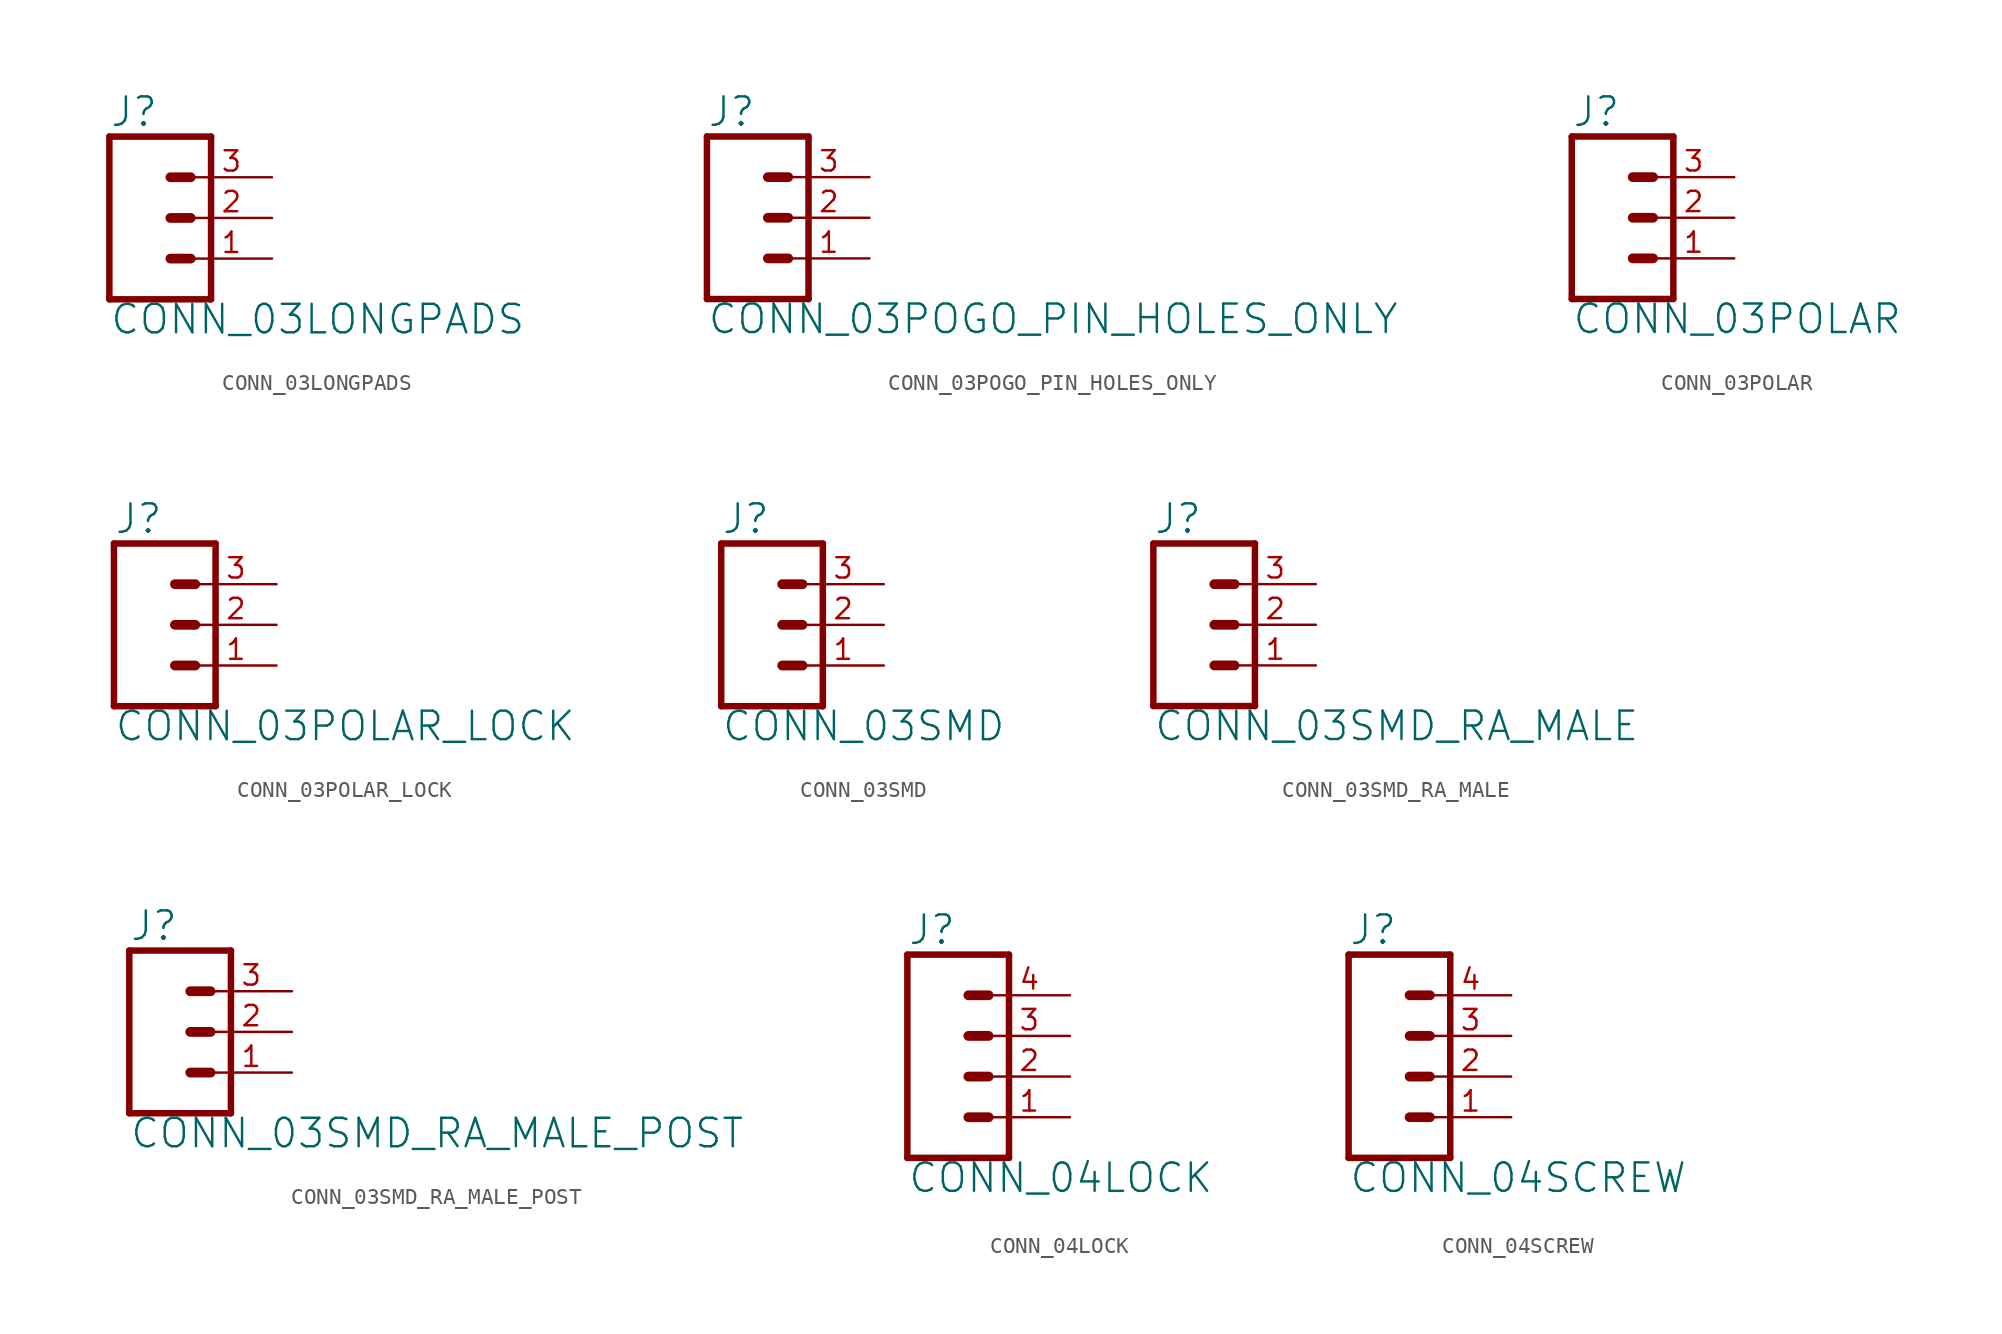
<source format=kicad_sym>
(kicad_symbol_lib
  (version 20211014)
  (generator kicad_symbol_editor)
  (symbol "CONN_03LONGPADS"
    (property "Reference" "J"
      (at -2.54 5.588 0)
      (effects (font (size 1.778 1.778)) (justify left bottom)))
    (property "Value" "CONN_03LONGPADS"
      (at -2.54 -7.366 0)
      (effects (font (size 1.778 1.778)) (justify left bottom)))
    (property "ki_locked" ""
      (at 0 0 0)
      (effects (font (size 1.27 1.27))))
    (symbol "CONN_03LONGPADS_1_0"
      (polyline (pts (xy -2.54 5.08) (xy -2.54 -5.08)) (stroke (width 0.406) (type default) (color 0 0 0 0)) (fill (type none)))
      (polyline (pts (xy -2.54 5.08) (xy 3.81 5.08)) (stroke (width 0.406) (type default) (color 0 0 0 0)) (fill (type none)))
      (polyline (pts (xy 1.27 -2.54) (xy 2.54 -2.54)) (stroke (width 0.61) (type default) (color 0 0 0 0)) (fill (type none)))
      (polyline (pts (xy 1.27 0) (xy 2.54 0)) (stroke (width 0.61) (type default) (color 0 0 0 0)) (fill (type none)))
      (polyline (pts (xy 1.27 2.54) (xy 2.54 2.54)) (stroke (width 0.61) (type default) (color 0 0 0 0)) (fill (type none)))
      (polyline (pts (xy 3.81 -5.08) (xy -2.54 -5.08)) (stroke (width 0.406) (type default) (color 0 0 0 0)) (fill (type none)))
      (polyline (pts (xy 3.81 -5.08) (xy 3.81 5.08)) (stroke (width 0.406) (type default) (color 0 0 0 0)) (fill (type none)))
      (pin passive line (at 7.62 -2.54 180) (length 5.08) (name "1" (effects (font (size 0 0)))) (number "1" (effects (font (size 1.27 1.27)))))
      (pin passive line (at 7.62 0 180) (length 5.08) (name "2" (effects (font (size 0 0)))) (number "2" (effects (font (size 1.27 1.27)))))
      (pin passive line (at 7.62 2.54 180) (length 5.08) (name "3" (effects (font (size 0 0)))) (number "3" (effects (font (size 1.27 1.27)))))))
  (symbol "CONN_03POGO_PIN_HOLES_ONLY"
    (property "Reference" "J"
      (at -2.54 5.588 0)
      (effects (font (size 1.778 1.778)) (justify left bottom)))
    (property "Value" "CONN_03POGO_PIN_HOLES_ONLY"
      (at -2.54 -7.366 0)
      (effects (font (size 1.778 1.778)) (justify left bottom)))
    (property "ki_locked" ""
      (at 0 0 0)
      (effects (font (size 1.27 1.27))))
    (symbol "CONN_03POGO_PIN_HOLES_ONLY_1_0"
      (polyline (pts (xy -2.54 5.08) (xy -2.54 -5.08)) (stroke (width 0.406) (type default) (color 0 0 0 0)) (fill (type none)))
      (polyline (pts (xy -2.54 5.08) (xy 3.81 5.08)) (stroke (width 0.406) (type default) (color 0 0 0 0)) (fill (type none)))
      (polyline (pts (xy 1.27 -2.54) (xy 2.54 -2.54)) (stroke (width 0.61) (type default) (color 0 0 0 0)) (fill (type none)))
      (polyline (pts (xy 1.27 0) (xy 2.54 0)) (stroke (width 0.61) (type default) (color 0 0 0 0)) (fill (type none)))
      (polyline (pts (xy 1.27 2.54) (xy 2.54 2.54)) (stroke (width 0.61) (type default) (color 0 0 0 0)) (fill (type none)))
      (polyline (pts (xy 3.81 -5.08) (xy -2.54 -5.08)) (stroke (width 0.406) (type default) (color 0 0 0 0)) (fill (type none)))
      (polyline (pts (xy 3.81 -5.08) (xy 3.81 5.08)) (stroke (width 0.406) (type default) (color 0 0 0 0)) (fill (type none)))
      (pin passive line (at 7.62 -2.54 180) (length 5.08) (name "1" (effects (font (size 0 0)))) (number "1" (effects (font (size 1.27 1.27)))))
      (pin passive line (at 7.62 0 180) (length 5.08) (name "2" (effects (font (size 0 0)))) (number "2" (effects (font (size 1.27 1.27)))))
      (pin passive line (at 7.62 2.54 180) (length 5.08) (name "3" (effects (font (size 0 0)))) (number "3" (effects (font (size 1.27 1.27)))))))
  (symbol "CONN_03POLAR"
    (property "Reference" "J"
      (at -2.54 5.588 0)
      (effects (font (size 1.778 1.778)) (justify left bottom)))
    (property "Value" "CONN_03POLAR"
      (at -2.54 -7.366 0)
      (effects (font (size 1.778 1.778)) (justify left bottom)))
    (property "ki_locked" ""
      (at 0 0 0)
      (effects (font (size 1.27 1.27))))
    (symbol "CONN_03POLAR_1_0"
      (polyline (pts (xy -2.54 5.08) (xy -2.54 -5.08)) (stroke (width 0.406) (type default) (color 0 0 0 0)) (fill (type none)))
      (polyline (pts (xy -2.54 5.08) (xy 3.81 5.08)) (stroke (width 0.406) (type default) (color 0 0 0 0)) (fill (type none)))
      (polyline (pts (xy 1.27 -2.54) (xy 2.54 -2.54)) (stroke (width 0.61) (type default) (color 0 0 0 0)) (fill (type none)))
      (polyline (pts (xy 1.27 0) (xy 2.54 0)) (stroke (width 0.61) (type default) (color 0 0 0 0)) (fill (type none)))
      (polyline (pts (xy 1.27 2.54) (xy 2.54 2.54)) (stroke (width 0.61) (type default) (color 0 0 0 0)) (fill (type none)))
      (polyline (pts (xy 3.81 -5.08) (xy -2.54 -5.08)) (stroke (width 0.406) (type default) (color 0 0 0 0)) (fill (type none)))
      (polyline (pts (xy 3.81 -5.08) (xy 3.81 5.08)) (stroke (width 0.406) (type default) (color 0 0 0 0)) (fill (type none)))
      (pin passive line (at 7.62 -2.54 180) (length 5.08) (name "1" (effects (font (size 0 0)))) (number "1" (effects (font (size 1.27 1.27)))))
      (pin passive line (at 7.62 0 180) (length 5.08) (name "2" (effects (font (size 0 0)))) (number "2" (effects (font (size 1.27 1.27)))))
      (pin passive line (at 7.62 2.54 180) (length 5.08) (name "3" (effects (font (size 0 0)))) (number "3" (effects (font (size 1.27 1.27)))))))
  (symbol "CONN_03POLAR_LOCK"
    (property "Reference" "J"
      (at -2.54 5.588 0)
      (effects (font (size 1.778 1.778)) (justify left bottom)))
    (property "Value" "CONN_03POLAR_LOCK"
      (at -2.54 -7.366 0)
      (effects (font (size 1.778 1.778)) (justify left bottom)))
    (property "ki_locked" ""
      (at 0 0 0)
      (effects (font (size 1.27 1.27))))
    (symbol "CONN_03POLAR_LOCK_1_0"
      (polyline (pts (xy -2.54 5.08) (xy -2.54 -5.08)) (stroke (width 0.406) (type default) (color 0 0 0 0)) (fill (type none)))
      (polyline (pts (xy -2.54 5.08) (xy 3.81 5.08)) (stroke (width 0.406) (type default) (color 0 0 0 0)) (fill (type none)))
      (polyline (pts (xy 1.27 -2.54) (xy 2.54 -2.54)) (stroke (width 0.61) (type default) (color 0 0 0 0)) (fill (type none)))
      (polyline (pts (xy 1.27 0) (xy 2.54 0)) (stroke (width 0.61) (type default) (color 0 0 0 0)) (fill (type none)))
      (polyline (pts (xy 1.27 2.54) (xy 2.54 2.54)) (stroke (width 0.61) (type default) (color 0 0 0 0)) (fill (type none)))
      (polyline (pts (xy 3.81 -5.08) (xy -2.54 -5.08)) (stroke (width 0.406) (type default) (color 0 0 0 0)) (fill (type none)))
      (polyline (pts (xy 3.81 -5.08) (xy 3.81 5.08)) (stroke (width 0.406) (type default) (color 0 0 0 0)) (fill (type none)))
      (pin passive line (at 7.62 -2.54 180) (length 5.08) (name "1" (effects (font (size 0 0)))) (number "1" (effects (font (size 1.27 1.27)))))
      (pin passive line (at 7.62 0 180) (length 5.08) (name "2" (effects (font (size 0 0)))) (number "2" (effects (font (size 1.27 1.27)))))
      (pin passive line (at 7.62 2.54 180) (length 5.08) (name "3" (effects (font (size 0 0)))) (number "3" (effects (font (size 1.27 1.27)))))))
  (symbol "CONN_03SMD"
    (property "Reference" "J"
      (at -2.54 5.588 0)
      (effects (font (size 1.778 1.778)) (justify left bottom)))
    (property "Value" "CONN_03SMD"
      (at -2.54 -7.366 0)
      (effects (font (size 1.778 1.778)) (justify left bottom)))
    (property "ki_locked" ""
      (at 0 0 0)
      (effects (font (size 1.27 1.27))))
    (symbol "CONN_03SMD_1_0"
      (polyline (pts (xy -2.54 5.08) (xy -2.54 -5.08)) (stroke (width 0.406) (type default) (color 0 0 0 0)) (fill (type none)))
      (polyline (pts (xy -2.54 5.08) (xy 3.81 5.08)) (stroke (width 0.406) (type default) (color 0 0 0 0)) (fill (type none)))
      (polyline (pts (xy 1.27 -2.54) (xy 2.54 -2.54)) (stroke (width 0.61) (type default) (color 0 0 0 0)) (fill (type none)))
      (polyline (pts (xy 1.27 0) (xy 2.54 0)) (stroke (width 0.61) (type default) (color 0 0 0 0)) (fill (type none)))
      (polyline (pts (xy 1.27 2.54) (xy 2.54 2.54)) (stroke (width 0.61) (type default) (color 0 0 0 0)) (fill (type none)))
      (polyline (pts (xy 3.81 -5.08) (xy -2.54 -5.08)) (stroke (width 0.406) (type default) (color 0 0 0 0)) (fill (type none)))
      (polyline (pts (xy 3.81 -5.08) (xy 3.81 5.08)) (stroke (width 0.406) (type default) (color 0 0 0 0)) (fill (type none)))
      (pin passive line (at 7.62 -2.54 180) (length 5.08) (name "1" (effects (font (size 0 0)))) (number "1" (effects (font (size 1.27 1.27)))))
      (pin passive line (at 7.62 0 180) (length 5.08) (name "2" (effects (font (size 0 0)))) (number "2" (effects (font (size 1.27 1.27)))))
      (pin passive line (at 7.62 2.54 180) (length 5.08) (name "3" (effects (font (size 0 0)))) (number "3" (effects (font (size 1.27 1.27)))))))
  (symbol "CONN_03SMD_RA_MALE"
    (property "Reference" "J"
      (at -2.54 5.588 0)
      (effects (font (size 1.778 1.778)) (justify left bottom)))
    (property "Value" "CONN_03SMD_RA_MALE"
      (at -2.54 -7.366 0)
      (effects (font (size 1.778 1.778)) (justify left bottom)))
    (property "ki_locked" ""
      (at 0 0 0)
      (effects (font (size 1.27 1.27))))
    (symbol "CONN_03SMD_RA_MALE_1_0"
      (polyline (pts (xy -2.54 5.08) (xy -2.54 -5.08)) (stroke (width 0.406) (type default) (color 0 0 0 0)) (fill (type none)))
      (polyline (pts (xy -2.54 5.08) (xy 3.81 5.08)) (stroke (width 0.406) (type default) (color 0 0 0 0)) (fill (type none)))
      (polyline (pts (xy 1.27 -2.54) (xy 2.54 -2.54)) (stroke (width 0.61) (type default) (color 0 0 0 0)) (fill (type none)))
      (polyline (pts (xy 1.27 0) (xy 2.54 0)) (stroke (width 0.61) (type default) (color 0 0 0 0)) (fill (type none)))
      (polyline (pts (xy 1.27 2.54) (xy 2.54 2.54)) (stroke (width 0.61) (type default) (color 0 0 0 0)) (fill (type none)))
      (polyline (pts (xy 3.81 -5.08) (xy -2.54 -5.08)) (stroke (width 0.406) (type default) (color 0 0 0 0)) (fill (type none)))
      (polyline (pts (xy 3.81 -5.08) (xy 3.81 5.08)) (stroke (width 0.406) (type default) (color 0 0 0 0)) (fill (type none)))
      (pin passive line (at 7.62 -2.54 180) (length 5.08) (name "1" (effects (font (size 0 0)))) (number "1" (effects (font (size 1.27 1.27)))))
      (pin passive line (at 7.62 0 180) (length 5.08) (name "2" (effects (font (size 0 0)))) (number "2" (effects (font (size 1.27 1.27)))))
      (pin passive line (at 7.62 2.54 180) (length 5.08) (name "3" (effects (font (size 0 0)))) (number "3" (effects (font (size 1.27 1.27)))))))
  (symbol "CONN_03SMD_RA_MALE_POST"
    (property "Reference" "J"
      (at -2.54 5.588 0)
      (effects (font (size 1.778 1.778)) (justify left bottom)))
    (property "Value" "CONN_03SMD_RA_MALE_POST"
      (at -2.54 -7.366 0)
      (effects (font (size 1.778 1.778)) (justify left bottom)))
    (property "ki_locked" ""
      (at 0 0 0)
      (effects (font (size 1.27 1.27))))
    (symbol "CONN_03SMD_RA_MALE_POST_1_0"
      (polyline (pts (xy -2.54 5.08) (xy -2.54 -5.08)) (stroke (width 0.406) (type default) (color 0 0 0 0)) (fill (type none)))
      (polyline (pts (xy -2.54 5.08) (xy 3.81 5.08)) (stroke (width 0.406) (type default) (color 0 0 0 0)) (fill (type none)))
      (polyline (pts (xy 1.27 -2.54) (xy 2.54 -2.54)) (stroke (width 0.61) (type default) (color 0 0 0 0)) (fill (type none)))
      (polyline (pts (xy 1.27 0) (xy 2.54 0)) (stroke (width 0.61) (type default) (color 0 0 0 0)) (fill (type none)))
      (polyline (pts (xy 1.27 2.54) (xy 2.54 2.54)) (stroke (width 0.61) (type default) (color 0 0 0 0)) (fill (type none)))
      (polyline (pts (xy 3.81 -5.08) (xy -2.54 -5.08)) (stroke (width 0.406) (type default) (color 0 0 0 0)) (fill (type none)))
      (polyline (pts (xy 3.81 -5.08) (xy 3.81 5.08)) (stroke (width 0.406) (type default) (color 0 0 0 0)) (fill (type none)))
      (pin passive line (at 7.62 -2.54 180) (length 5.08) (name "1" (effects (font (size 0 0)))) (number "1" (effects (font (size 1.27 1.27)))))
      (pin passive line (at 7.62 0 180) (length 5.08) (name "2" (effects (font (size 0 0)))) (number "2" (effects (font (size 1.27 1.27)))))
      (pin passive line (at 7.62 2.54 180) (length 5.08) (name "3" (effects (font (size 0 0)))) (number "3" (effects (font (size 1.27 1.27)))))))
  (symbol "CONN_04LOCK"
    (property "Reference" "J"
      (at -5.08 8.128 0)
      (effects (font (size 1.778 1.778)) (justify left bottom)))
    (property "Value" "CONN_04LOCK"
      (at -5.08 -7.366 0)
      (effects (font (size 1.778 1.778)) (justify left bottom)))
    (property "ki_locked" ""
      (at 0 0 0)
      (effects (font (size 1.27 1.27))))
    (symbol "CONN_04LOCK_1_0"
      (polyline (pts (xy -5.08 7.62) (xy -5.08 -5.08)) (stroke (width 0.406) (type default) (color 0 0 0 0)) (fill (type none)))
      (polyline (pts (xy -5.08 7.62) (xy 1.27 7.62)) (stroke (width 0.406) (type default) (color 0 0 0 0)) (fill (type none)))
      (polyline (pts (xy -1.27 -2.54) (xy 0 -2.54)) (stroke (width 0.61) (type default) (color 0 0 0 0)) (fill (type none)))
      (polyline (pts (xy -1.27 0) (xy 0 0)) (stroke (width 0.61) (type default) (color 0 0 0 0)) (fill (type none)))
      (polyline (pts (xy -1.27 2.54) (xy 0 2.54)) (stroke (width 0.61) (type default) (color 0 0 0 0)) (fill (type none)))
      (polyline (pts (xy -1.27 5.08) (xy 0 5.08)) (stroke (width 0.61) (type default) (color 0 0 0 0)) (fill (type none)))
      (polyline (pts (xy 1.27 -5.08) (xy -5.08 -5.08)) (stroke (width 0.406) (type default) (color 0 0 0 0)) (fill (type none)))
      (polyline (pts (xy 1.27 -5.08) (xy 1.27 7.62)) (stroke (width 0.406) (type default) (color 0 0 0 0)) (fill (type none)))
      (pin passive line (at 5.08 -2.54 180) (length 5.08) (name "1" (effects (font (size 0 0)))) (number "1" (effects (font (size 1.27 1.27)))))
      (pin passive line (at 5.08 0 180) (length 5.08) (name "2" (effects (font (size 0 0)))) (number "2" (effects (font (size 1.27 1.27)))))
      (pin passive line (at 5.08 2.54 180) (length 5.08) (name "3" (effects (font (size 0 0)))) (number "3" (effects (font (size 1.27 1.27)))))
      (pin passive line (at 5.08 5.08 180) (length 5.08) (name "4" (effects (font (size 0 0)))) (number "4" (effects (font (size 1.27 1.27)))))))
  (symbol "CONN_04SCREW"
    (property "Reference" "J"
      (at -5.08 8.128 0)
      (effects (font (size 1.778 1.778)) (justify left bottom)))
    (property "Value" "CONN_04SCREW"
      (at -5.08 -7.366 0)
      (effects (font (size 1.778 1.778)) (justify left bottom)))
    (property "ki_locked" ""
      (at 0 0 0)
      (effects (font (size 1.27 1.27))))
    (symbol "CONN_04SCREW_1_0"
      (polyline (pts (xy -5.08 7.62) (xy -5.08 -5.08)) (stroke (width 0.406) (type default) (color 0 0 0 0)) (fill (type none)))
      (polyline (pts (xy -5.08 7.62) (xy 1.27 7.62)) (stroke (width 0.406) (type default) (color 0 0 0 0)) (fill (type none)))
      (polyline (pts (xy -1.27 -2.54) (xy 0 -2.54)) (stroke (width 0.61) (type default) (color 0 0 0 0)) (fill (type none)))
      (polyline (pts (xy -1.27 0) (xy 0 0)) (stroke (width 0.61) (type default) (color 0 0 0 0)) (fill (type none)))
      (polyline (pts (xy -1.27 2.54) (xy 0 2.54)) (stroke (width 0.61) (type default) (color 0 0 0 0)) (fill (type none)))
      (polyline (pts (xy -1.27 5.08) (xy 0 5.08)) (stroke (width 0.61) (type default) (color 0 0 0 0)) (fill (type none)))
      (polyline (pts (xy 1.27 -5.08) (xy -5.08 -5.08)) (stroke (width 0.406) (type default) (color 0 0 0 0)) (fill (type none)))
      (polyline (pts (xy 1.27 -5.08) (xy 1.27 7.62)) (stroke (width 0.406) (type default) (color 0 0 0 0)) (fill (type none)))
      (pin passive line (at 5.08 -2.54 180) (length 5.08) (name "1" (effects (font (size 0 0)))) (number "1" (effects (font (size 1.27 1.27)))))
      (pin passive line (at 5.08 0 180) (length 5.08) (name "2" (effects (font (size 0 0)))) (number "2" (effects (font (size 1.27 1.27)))))
      (pin passive line (at 5.08 2.54 180) (length 5.08) (name "3" (effects (font (size 0 0)))) (number "3" (effects (font (size 1.27 1.27)))))
      (pin passive line (at 5.08 5.08 180) (length 5.08) (name "4" (effects (font (size 0 0)))) (number "4" (effects (font (size 1.27 1.27))))))))
</source>
